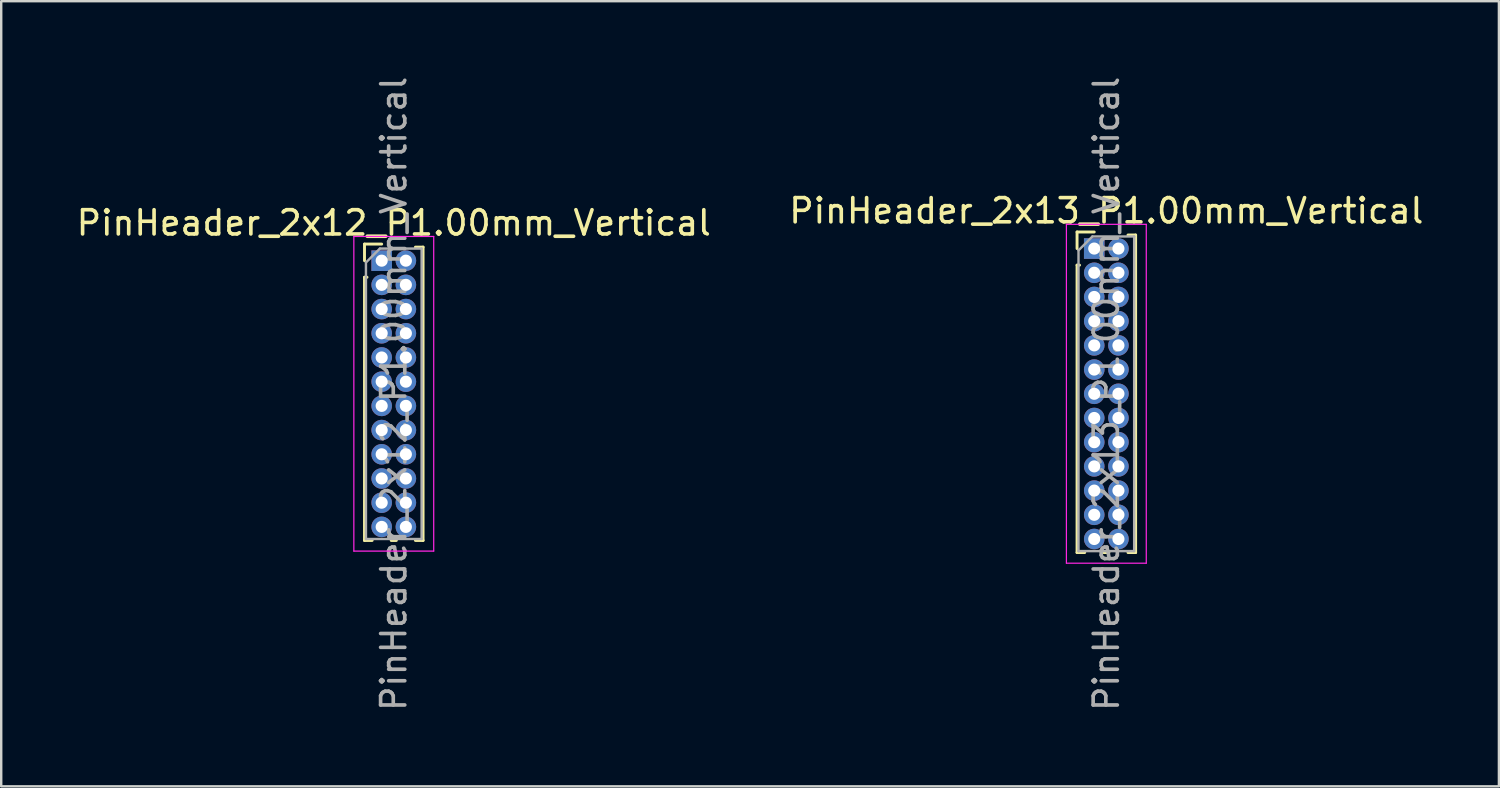
<source format=kicad_pcb>
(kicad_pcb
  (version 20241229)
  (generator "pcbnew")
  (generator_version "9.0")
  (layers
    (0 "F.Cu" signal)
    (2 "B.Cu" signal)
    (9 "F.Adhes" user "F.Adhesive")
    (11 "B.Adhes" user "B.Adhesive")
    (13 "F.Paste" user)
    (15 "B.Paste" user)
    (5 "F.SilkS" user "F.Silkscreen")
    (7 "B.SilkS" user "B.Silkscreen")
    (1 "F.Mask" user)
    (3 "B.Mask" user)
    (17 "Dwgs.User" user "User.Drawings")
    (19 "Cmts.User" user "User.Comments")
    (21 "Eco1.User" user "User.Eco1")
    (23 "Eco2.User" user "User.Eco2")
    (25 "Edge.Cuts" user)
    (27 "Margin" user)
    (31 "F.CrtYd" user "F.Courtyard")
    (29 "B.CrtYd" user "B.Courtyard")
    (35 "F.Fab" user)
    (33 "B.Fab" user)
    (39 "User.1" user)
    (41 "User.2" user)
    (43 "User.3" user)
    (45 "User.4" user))
  (footprint "PinHeader_2x12_P1.00mm_Vertical"
    (layer "F.Cu")
    (at 12.72 7.72)
    (property "Reference" "PinHeader_2x12_P1.00mm_Vertical" (at 0.5 -1.56 0) (layer "F.SilkS") (effects (font (size 1 1) (thickness 0.15))))
    (attr through_hole)
    (fp_line (start -0.71 -0.685) (end 0 -0.685) (stroke (width 0.12) (type solid)) (layer "F.SilkS"))
    (fp_line (start -0.71 0) (end -0.71 -0.685) (stroke (width 0.12) (type solid)) (layer "F.SilkS"))
    (fp_line (start -0.71 0.685) (end -0.71 11.56) (stroke (width 0.12) (type solid)) (layer "F.SilkS"))
    (fp_line (start -0.71 0.685) (end -0.608 0.685) (stroke (width 0.12) (type solid)) (layer "F.SilkS"))
    (fp_line (start -0.71 11.56) (end -0.394 11.56) (stroke (width 0.12) (type solid)) (layer "F.SilkS"))
    (fp_line (start 0.394 11.56) (end 0.606 11.56) (stroke (width 0.12) (type solid)) (layer "F.SilkS"))
    (fp_line (start 1.394 -0.56) (end 1.71 -0.56) (stroke (width 0.12) (type solid)) (layer "F.SilkS"))
    (fp_line (start 1.394 11.56) (end 1.71 11.56) (stroke (width 0.12) (type solid)) (layer "F.SilkS"))
    (fp_line (start 1.71 -0.56) (end 1.71 11.56) (stroke (width 0.12) (type solid)) (layer "F.SilkS"))
    (fp_line (start -1.15 -1) (end -1.15 12) (stroke (width 0.05) (type solid)) (layer "F.CrtYd"))
    (fp_line (start -1.15 12) (end 2.15 12) (stroke (width 0.05) (type solid)) (layer "F.CrtYd"))
    (fp_line (start 2.15 -1) (end -1.15 -1) (stroke (width 0.05) (type solid)) (layer "F.CrtYd"))
    (fp_line (start 2.15 12) (end 2.15 -1) (stroke (width 0.05) (type solid)) (layer "F.CrtYd"))
    (fp_line (start -0.65 0.075) (end -0.075 -0.5) (stroke (width 0.1) (type solid)) (layer "F.Fab"))
    (fp_line (start -0.65 11.5) (end -0.65 0.075) (stroke (width 0.1) (type solid)) (layer "F.Fab"))
    (fp_line (start -0.075 -0.5) (end 1.65 -0.5) (stroke (width 0.1) (type solid)) (layer "F.Fab"))
    (fp_line (start 1.65 -0.5) (end 1.65 11.5) (stroke (width 0.1) (type solid)) (layer "F.Fab"))
    (fp_line (start 1.65 11.5) (end -0.65 11.5) (stroke (width 0.1) (type solid)) (layer "F.Fab"))
    (fp_text user "${REFERENCE}" (at 0.5 5.5 90) (layer "F.Fab") (effects (font (size 1 1) (thickness 0.15))))
    (pad "1" thru_hole rect (at 0 0) (size 0.85 0.85) (drill 0.5) (layers "*.Cu" "*.Mask"))
    (pad "2" thru_hole oval (at 1 0) (size 0.85 0.85) (drill 0.5) (layers "*.Cu" "*.Mask"))
    (pad "3" thru_hole oval (at 0 1) (size 0.85 0.85) (drill 0.5) (layers "*.Cu" "*.Mask"))
    (pad "4" thru_hole oval (at 1 1) (size 0.85 0.85) (drill 0.5) (layers "*.Cu" "*.Mask"))
    (pad "5" thru_hole oval (at 0 2) (size 0.85 0.85) (drill 0.5) (layers "*.Cu" "*.Mask"))
    (pad "6" thru_hole oval (at 1 2) (size 0.85 0.85) (drill 0.5) (layers "*.Cu" "*.Mask"))
    (pad "7" thru_hole oval (at 0 3) (size 0.85 0.85) (drill 0.5) (layers "*.Cu" "*.Mask"))
    (pad "8" thru_hole oval (at 1 3) (size 0.85 0.85) (drill 0.5) (layers "*.Cu" "*.Mask"))
    (pad "9" thru_hole oval (at 0 4) (size 0.85 0.85) (drill 0.5) (layers "*.Cu" "*.Mask"))
    (pad "10" thru_hole oval (at 1 4) (size 0.85 0.85) (drill 0.5) (layers "*.Cu" "*.Mask"))
    (pad "11" thru_hole oval (at 0 5) (size 0.85 0.85) (drill 0.5) (layers "*.Cu" "*.Mask"))
    (pad "12" thru_hole oval (at 1 5) (size 0.85 0.85) (drill 0.5) (layers "*.Cu" "*.Mask"))
    (pad "13" thru_hole oval (at 0 6) (size 0.85 0.85) (drill 0.5) (layers "*.Cu" "*.Mask"))
    (pad "14" thru_hole oval (at 1 6) (size 0.85 0.85) (drill 0.5) (layers "*.Cu" "*.Mask"))
    (pad "15" thru_hole oval (at 0 7) (size 0.85 0.85) (drill 0.5) (layers "*.Cu" "*.Mask"))
    (pad "16" thru_hole oval (at 1 7) (size 0.85 0.85) (drill 0.5) (layers "*.Cu" "*.Mask"))
    (pad "17" thru_hole oval (at 0 8) (size 0.85 0.85) (drill 0.5) (layers "*.Cu" "*.Mask"))
    (pad "18" thru_hole oval (at 1 8) (size 0.85 0.85) (drill 0.5) (layers "*.Cu" "*.Mask"))
    (pad "19" thru_hole oval (at 0 9) (size 0.85 0.85) (drill 0.5) (layers "*.Cu" "*.Mask"))
    (pad "20" thru_hole oval (at 1 9) (size 0.85 0.85) (drill 0.5) (layers "*.Cu" "*.Mask"))
    (pad "21" thru_hole oval (at 0 10) (size 0.85 0.85) (drill 0.5) (layers "*.Cu" "*.Mask"))
    (pad "22" thru_hole oval (at 1 10) (size 0.85 0.85) (drill 0.5) (layers "*.Cu" "*.Mask"))
    (pad "23" thru_hole oval (at 0 11) (size 0.85 0.85) (drill 0.5) (layers "*.Cu" "*.Mask"))
    (pad "24" thru_hole oval (at 1 11) (size 0.85 0.85) (drill 0.5) (layers "*.Cu" "*.Mask")))
  (footprint "PinHeader_2x13_P1.00mm_Vertical"
    (layer "F.Cu")
    (at 42.161 7.22)
    (property "Reference" "PinHeader_2x13_P1.00mm_Vertical" (at 0.5 -1.56 0) (layer "F.SilkS") (effects (font (size 1 1) (thickness 0.15))))
    (attr through_hole)
    (fp_line (start -0.71 -0.685) (end 0 -0.685) (stroke (width 0.12) (type solid)) (layer "F.SilkS"))
    (fp_line (start -0.71 0) (end -0.71 -0.685) (stroke (width 0.12) (type solid)) (layer "F.SilkS"))
    (fp_line (start -0.71 0.685) (end -0.71 12.56) (stroke (width 0.12) (type solid)) (layer "F.SilkS"))
    (fp_line (start -0.71 0.685) (end -0.608 0.685) (stroke (width 0.12) (type solid)) (layer "F.SilkS"))
    (fp_line (start -0.71 12.56) (end -0.394 12.56) (stroke (width 0.12) (type solid)) (layer "F.SilkS"))
    (fp_line (start 0.394 12.56) (end 0.606 12.56) (stroke (width 0.12) (type solid)) (layer "F.SilkS"))
    (fp_line (start 1.394 -0.56) (end 1.71 -0.56) (stroke (width 0.12) (type solid)) (layer "F.SilkS"))
    (fp_line (start 1.394 12.56) (end 1.71 12.56) (stroke (width 0.12) (type solid)) (layer "F.SilkS"))
    (fp_line (start 1.71 -0.56) (end 1.71 12.56) (stroke (width 0.12) (type solid)) (layer "F.SilkS"))
    (fp_line (start -1.15 -1) (end -1.15 13) (stroke (width 0.05) (type solid)) (layer "F.CrtYd"))
    (fp_line (start -1.15 13) (end 2.15 13) (stroke (width 0.05) (type solid)) (layer "F.CrtYd"))
    (fp_line (start 2.15 -1) (end -1.15 -1) (stroke (width 0.05) (type solid)) (layer "F.CrtYd"))
    (fp_line (start 2.15 13) (end 2.15 -1) (stroke (width 0.05) (type solid)) (layer "F.CrtYd"))
    (fp_line (start -0.65 0.075) (end -0.075 -0.5) (stroke (width 0.1) (type solid)) (layer "F.Fab"))
    (fp_line (start -0.65 12.5) (end -0.65 0.075) (stroke (width 0.1) (type solid)) (layer "F.Fab"))
    (fp_line (start -0.075 -0.5) (end 1.65 -0.5) (stroke (width 0.1) (type solid)) (layer "F.Fab"))
    (fp_line (start 1.65 -0.5) (end 1.65 12.5) (stroke (width 0.1) (type solid)) (layer "F.Fab"))
    (fp_line (start 1.65 12.5) (end -0.65 12.5) (stroke (width 0.1) (type solid)) (layer "F.Fab"))
    (fp_text user "${REFERENCE}" (at 0.5 6 90) (layer "F.Fab") (effects (font (size 1 1) (thickness 0.15))))
    (pad "1" thru_hole rect (at 0 0) (size 0.85 0.85) (drill 0.5) (layers "*.Cu" "*.Mask"))
    (pad "2" thru_hole oval (at 1 0) (size 0.85 0.85) (drill 0.5) (layers "*.Cu" "*.Mask"))
    (pad "3" thru_hole oval (at 0 1) (size 0.85 0.85) (drill 0.5) (layers "*.Cu" "*.Mask"))
    (pad "4" thru_hole oval (at 1 1) (size 0.85 0.85) (drill 0.5) (layers "*.Cu" "*.Mask"))
    (pad "5" thru_hole oval (at 0 2) (size 0.85 0.85) (drill 0.5) (layers "*.Cu" "*.Mask"))
    (pad "6" thru_hole oval (at 1 2) (size 0.85 0.85) (drill 0.5) (layers "*.Cu" "*.Mask"))
    (pad "7" thru_hole oval (at 0 3) (size 0.85 0.85) (drill 0.5) (layers "*.Cu" "*.Mask"))
    (pad "8" thru_hole oval (at 1 3) (size 0.85 0.85) (drill 0.5) (layers "*.Cu" "*.Mask"))
    (pad "9" thru_hole oval (at 0 4) (size 0.85 0.85) (drill 0.5) (layers "*.Cu" "*.Mask"))
    (pad "10" thru_hole oval (at 1 4) (size 0.85 0.85) (drill 0.5) (layers "*.Cu" "*.Mask"))
    (pad "11" thru_hole oval (at 0 5) (size 0.85 0.85) (drill 0.5) (layers "*.Cu" "*.Mask"))
    (pad "12" thru_hole oval (at 1 5) (size 0.85 0.85) (drill 0.5) (layers "*.Cu" "*.Mask"))
    (pad "13" thru_hole oval (at 0 6) (size 0.85 0.85) (drill 0.5) (layers "*.Cu" "*.Mask"))
    (pad "14" thru_hole oval (at 1 6) (size 0.85 0.85) (drill 0.5) (layers "*.Cu" "*.Mask"))
    (pad "15" thru_hole oval (at 0 7) (size 0.85 0.85) (drill 0.5) (layers "*.Cu" "*.Mask"))
    (pad "16" thru_hole oval (at 1 7) (size 0.85 0.85) (drill 0.5) (layers "*.Cu" "*.Mask"))
    (pad "17" thru_hole oval (at 0 8) (size 0.85 0.85) (drill 0.5) (layers "*.Cu" "*.Mask"))
    (pad "18" thru_hole oval (at 1 8) (size 0.85 0.85) (drill 0.5) (layers "*.Cu" "*.Mask"))
    (pad "19" thru_hole oval (at 0 9) (size 0.85 0.85) (drill 0.5) (layers "*.Cu" "*.Mask"))
    (pad "20" thru_hole oval (at 1 9) (size 0.85 0.85) (drill 0.5) (layers "*.Cu" "*.Mask"))
    (pad "21" thru_hole oval (at 0 10) (size 0.85 0.85) (drill 0.5) (layers "*.Cu" "*.Mask"))
    (pad "22" thru_hole oval (at 1 10) (size 0.85 0.85) (drill 0.5) (layers "*.Cu" "*.Mask"))
    (pad "23" thru_hole oval (at 0 11) (size 0.85 0.85) (drill 0.5) (layers "*.Cu" "*.Mask"))
    (pad "24" thru_hole oval (at 1 11) (size 0.85 0.85) (drill 0.5) (layers "*.Cu" "*.Mask"))
    (pad "25" thru_hole oval (at 0 12) (size 0.85 0.85) (drill 0.5) (layers "*.Cu" "*.Mask"))
    (pad "26" thru_hole oval (at 1 12) (size 0.85 0.85) (drill 0.5) (layers "*.Cu" "*.Mask")))
  (gr_rect
    (start -3 -3)
    (end 58.881 29.44)
    (stroke (width 0.1) (type default))
    (fill no)
    (layer "Edge.Cuts")))
</source>
